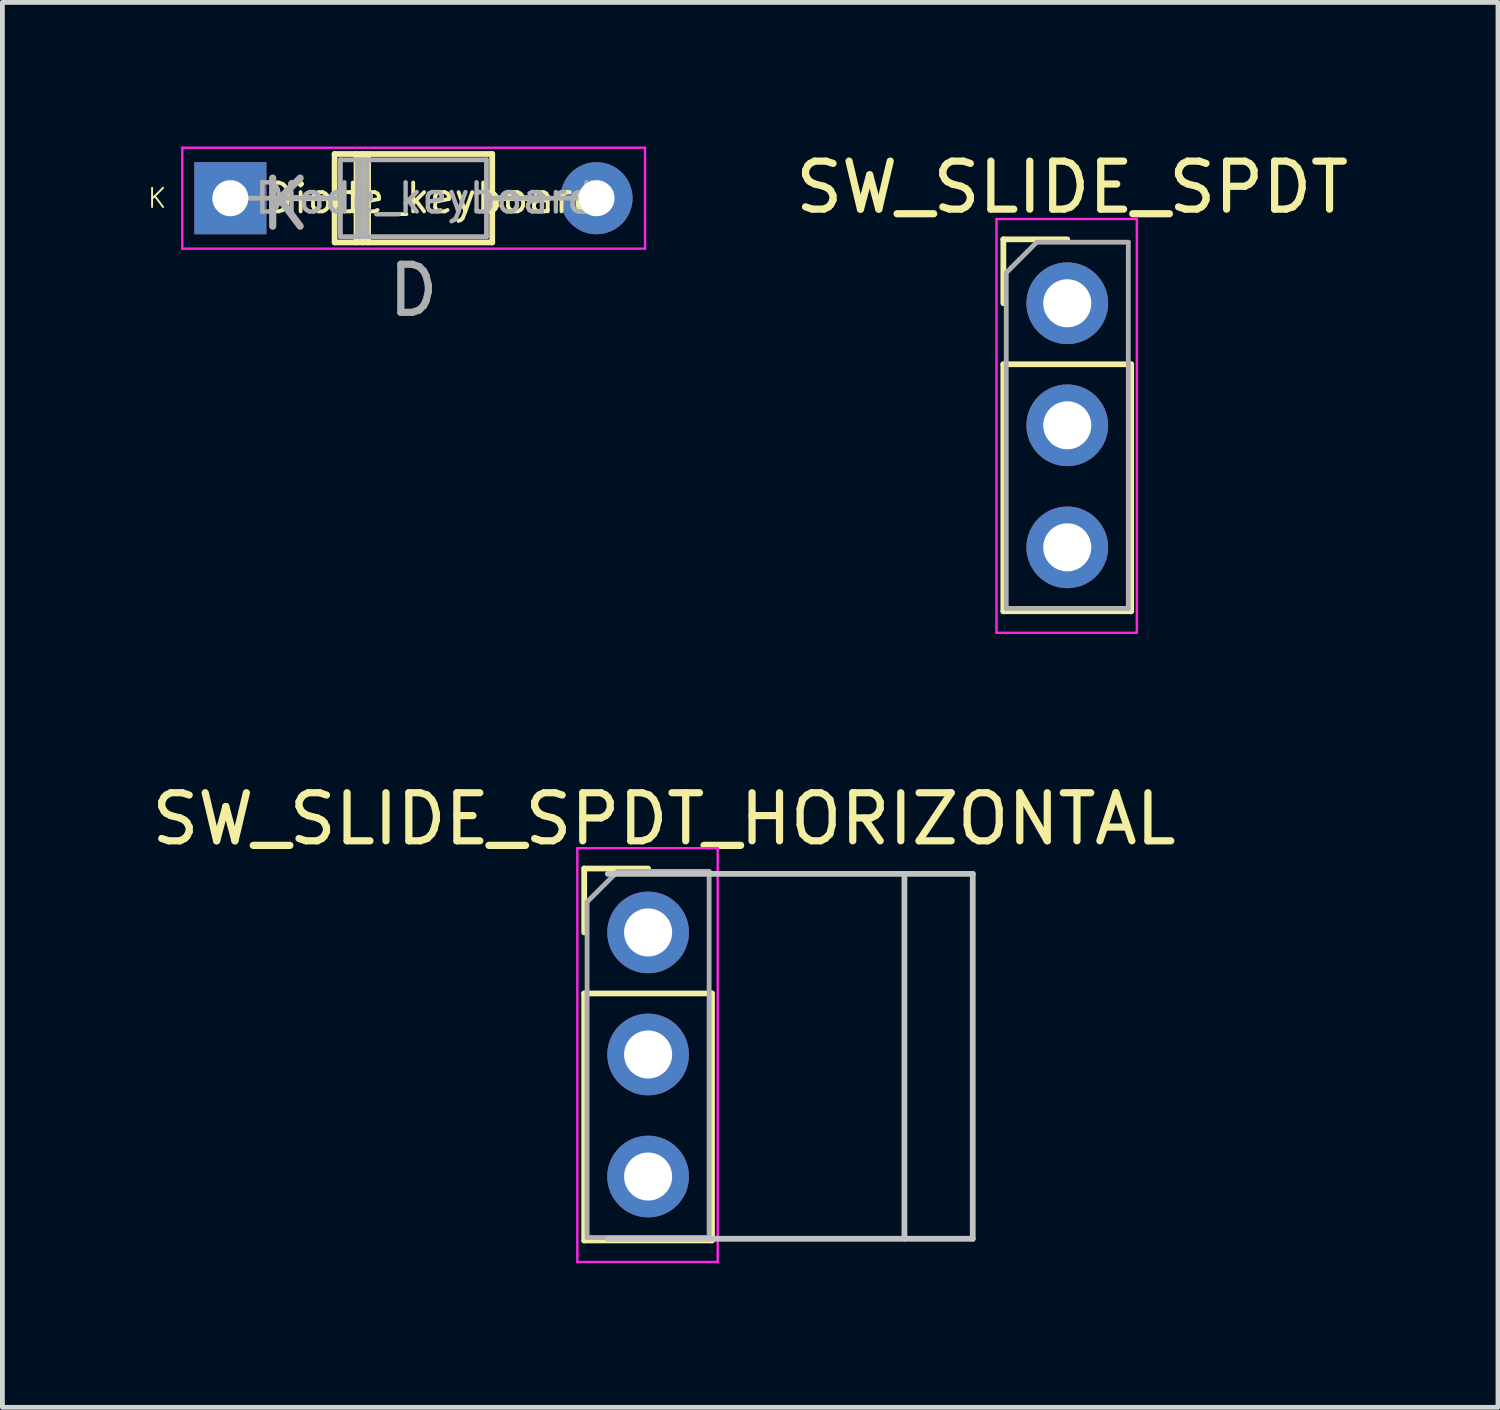
<source format=kicad_pcb>
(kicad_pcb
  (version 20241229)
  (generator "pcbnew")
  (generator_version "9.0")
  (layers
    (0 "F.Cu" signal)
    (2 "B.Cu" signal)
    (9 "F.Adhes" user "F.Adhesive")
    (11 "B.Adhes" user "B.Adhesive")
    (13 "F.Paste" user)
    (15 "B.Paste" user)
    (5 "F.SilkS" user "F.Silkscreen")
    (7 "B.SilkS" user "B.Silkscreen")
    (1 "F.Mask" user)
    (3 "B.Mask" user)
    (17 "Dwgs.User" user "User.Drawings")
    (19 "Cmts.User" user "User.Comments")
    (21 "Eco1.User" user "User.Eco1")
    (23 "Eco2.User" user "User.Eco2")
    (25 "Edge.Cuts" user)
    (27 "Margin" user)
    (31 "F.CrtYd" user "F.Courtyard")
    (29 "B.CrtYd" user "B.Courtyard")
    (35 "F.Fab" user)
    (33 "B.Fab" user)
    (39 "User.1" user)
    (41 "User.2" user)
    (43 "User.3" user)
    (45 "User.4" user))
  (footprint "Diode_keyboard"
    (layer "F.Cu")
    (at 1.744 1.075)
    (property "Reference" "Diode_keyboard" (at 4.191 0 0) (layer "F.SilkS") (effects (font (size 0.6 0.6) (thickness 0.08))))
    (attr through_hole)
    (fp_line (start 0.99 0) (end 2.17 0) (stroke (width 0.12) (type solid)) (layer "F.SilkS"))
    (fp_line (start 2.17 -0.92) (end 2.17 0.92) (stroke (width 0.12) (type solid)) (layer "F.SilkS"))
    (fp_line (start 2.17 0.92) (end 5.45 0.92) (stroke (width 0.12) (type solid)) (layer "F.SilkS"))
    (fp_line (start 2.626 -0.92) (end 2.626 0.92) (stroke (width 0.12) (type solid)) (layer "F.SilkS"))
    (fp_line (start 2.746 -0.92) (end 2.746 0.92) (stroke (width 0.12) (type solid)) (layer "F.SilkS"))
    (fp_line (start 2.866 -0.92) (end 2.866 0.92) (stroke (width 0.12) (type solid)) (layer "F.SilkS"))
    (fp_line (start 5.45 -0.92) (end 2.17 -0.92) (stroke (width 0.12) (type solid)) (layer "F.SilkS"))
    (fp_line (start 5.45 0.92) (end 5.45 -0.92) (stroke (width 0.12) (type solid)) (layer "F.SilkS"))
    (fp_line (start 6.63 0) (end 5.45 0) (stroke (width 0.12) (type solid)) (layer "F.SilkS"))
    (fp_line (start -1 -1.05) (end -1 1.05) (stroke (width 0.05) (type solid)) (layer "F.CrtYd"))
    (fp_line (start -1 1.05) (end 8.63 1.05) (stroke (width 0.05) (type solid)) (layer "F.CrtYd"))
    (fp_line (start 8.63 -1.05) (end -1 -1.05) (stroke (width 0.05) (type solid)) (layer "F.CrtYd"))
    (fp_line (start 8.63 1.05) (end 8.63 -1.05) (stroke (width 0.05) (type solid)) (layer "F.CrtYd"))
    (fp_line (start 0 0) (end 2.29 0) (stroke (width 0.1) (type solid)) (layer "F.Fab"))
    (fp_line (start 2.29 -0.8) (end 2.29 0.8) (stroke (width 0.1) (type solid)) (layer "F.Fab"))
    (fp_line (start 2.29 0.8) (end 5.33 0.8) (stroke (width 0.1) (type solid)) (layer "F.Fab"))
    (fp_line (start 2.646 -0.8) (end 2.646 0.8) (stroke (width 0.1) (type solid)) (layer "F.Fab"))
    (fp_line (start 2.746 -0.8) (end 2.746 0.8) (stroke (width 0.1) (type solid)) (layer "F.Fab"))
    (fp_line (start 2.846 -0.8) (end 2.846 0.8) (stroke (width 0.1) (type solid)) (layer "F.Fab"))
    (fp_line (start 5.33 -0.8) (end 2.29 -0.8) (stroke (width 0.1) (type solid)) (layer "F.Fab"))
    (fp_line (start 5.33 0.8) (end 5.33 -0.8) (stroke (width 0.1) (type solid)) (layer "F.Fab"))
    (fp_line (start 7.62 0) (end 5.33 0) (stroke (width 0.1) (type solid)) (layer "F.Fab"))
    (fp_text user "K" (at -1.524 0 180) (layer "F.SilkS") (effects (font (size 0.4 0.4) (thickness 0.04))))
    (fp_text user "${REFERENCE}" (at 4.038 0 180) (layer "F.Fab") (effects (font (size 0.608 0.608) (thickness 0.091))))
    (fp_text user "K" (at 1.143 0.127 180) (layer "F.Fab") (effects (font (size 1 1) (thickness 0.15))))
    (fp_text user "D" (at 3.81 1.92 180) (layer "F.Fab") (effects (font (size 1 1) (thickness 0.15))))
    (pad "1" thru_hole rect (at 0 0) (size 1.5 1.5) (drill 0.75) (layers "*.Cu" "*.Mask"))
    (pad "2" thru_hole oval (at 7.62 0) (size 1.5 1.5) (drill 0.75) (layers "*.Cu" "*.Mask")))
  (footprint "SW_SLIDE_SPDT_HORIZONTAL"
    (layer "F.Cu")
    (at 10.387 18.844)
    (property "Reference" "SW_SLIDE_SPDT_HORIZONTAL" (at 0.381 -4.851 0) (layer "F.SilkS") (effects (font (size 1 1) (thickness 0.15))))
    (attr through_hole)
    (fp_line (start -1.279 -3.819) (end 0.051 -3.819) (stroke (width 0.12) (type solid)) (layer "F.SilkS"))
    (fp_line (start -1.279 -2.489) (end -1.279 -3.819) (stroke (width 0.12) (type solid)) (layer "F.SilkS"))
    (fp_line (start -1.279 -1.219) (end -1.279 3.921) (stroke (width 0.12) (type solid)) (layer "F.SilkS"))
    (fp_line (start -1.279 -1.219) (end 1.381 -1.219) (stroke (width 0.12) (type solid)) (layer "F.SilkS"))
    (fp_line (start -1.279 3.921) (end 1.381 3.921) (stroke (width 0.12) (type solid)) (layer "F.SilkS"))
    (fp_line (start 1.381 -1.219) (end 1.381 3.921) (stroke (width 0.12) (type solid)) (layer "F.SilkS"))
    (fp_line (start -0.787 -3.708) (end 6.807 -3.708) (stroke (width 0.12) (type solid)) (layer "Dwgs.User"))
    (fp_line (start -0.787 3.886) (end 6.807 3.886) (stroke (width 0.12) (type solid)) (layer "Dwgs.User"))
    (fp_line (start 5.385 3.886) (end 5.385 -3.708) (stroke (width 0.12) (type solid)) (layer "Dwgs.User"))
    (fp_line (start 6.807 -3.708) (end 6.807 3.886) (stroke (width 0.12) (type solid)) (layer "Dwgs.User"))
    (fp_line (start -1.422 -4.242) (end -1.422 4.369) (stroke (width 0.05) (type solid)) (layer "F.CrtYd"))
    (fp_line (start -1.422 4.369) (end 1.499 4.369) (stroke (width 0.05) (type solid)) (layer "F.CrtYd"))
    (fp_line (start 1.499 -4.242) (end -1.422 -4.242) (stroke (width 0.05) (type solid)) (layer "F.CrtYd"))
    (fp_line (start 1.499 4.369) (end 1.499 -4.242) (stroke (width 0.05) (type solid)) (layer "F.CrtYd"))
    (fp_line (start -1.219 -3.124) (end -0.584 -3.759) (stroke (width 0.1) (type solid)) (layer "F.Fab"))
    (fp_line (start -1.219 3.861) (end -1.219 -3.124) (stroke (width 0.1) (type solid)) (layer "F.Fab"))
    (fp_line (start -0.584 -3.759) (end 1.321 -3.759) (stroke (width 0.1) (type solid)) (layer "F.Fab"))
    (fp_line (start 1.321 -3.759) (end 1.321 3.861) (stroke (width 0.1) (type solid)) (layer "F.Fab"))
    (fp_line (start 1.321 3.861) (end -1.219 3.861) (stroke (width 0.1) (type solid)) (layer "F.Fab"))
    (pad "1" thru_hole oval (at 0.051 -2.489) (size 1.7 1.7) (drill 1) (layers "*.Cu" "*.Mask"))
    (pad "2" thru_hole oval (at 0.051 0.051) (size 1.7 1.7) (drill 1) (layers "*.Cu" "*.Mask"))
    (pad "3" thru_hole oval (at 0.051 2.591) (size 1.7 1.7) (drill 1) (layers "*.Cu" "*.Mask")))
  (footprint "SW_SLIDE_SPDT"
    (layer "F.Cu")
    (at 19.11 5.75)
    (property "Reference" "SW_SLIDE_SPDT" (at 0.152 -4.902 0) (layer "F.SilkS") (effects (font (size 1 1) (thickness 0.15))))
    (attr through_hole)
    (fp_line (start -1.279 -3.819) (end 0.051 -3.819) (stroke (width 0.12) (type solid)) (layer "F.SilkS"))
    (fp_line (start -1.279 -2.489) (end -1.279 -3.819) (stroke (width 0.12) (type solid)) (layer "F.SilkS"))
    (fp_line (start -1.279 -1.219) (end -1.279 3.921) (stroke (width 0.12) (type solid)) (layer "F.SilkS"))
    (fp_line (start -1.279 -1.219) (end 1.381 -1.219) (stroke (width 0.12) (type solid)) (layer "F.SilkS"))
    (fp_line (start -1.279 3.921) (end 1.381 3.921) (stroke (width 0.12) (type solid)) (layer "F.SilkS"))
    (fp_line (start 1.381 -1.219) (end 1.381 3.921) (stroke (width 0.12) (type solid)) (layer "F.SilkS"))
    (fp_line (start -1.422 -4.242) (end -1.422 4.369) (stroke (width 0.05) (type solid)) (layer "F.CrtYd"))
    (fp_line (start -1.422 4.369) (end 1.499 4.369) (stroke (width 0.05) (type solid)) (layer "F.CrtYd"))
    (fp_line (start 1.499 -4.242) (end -1.422 -4.242) (stroke (width 0.05) (type solid)) (layer "F.CrtYd"))
    (fp_line (start 1.499 4.369) (end 1.499 -4.242) (stroke (width 0.05) (type solid)) (layer "F.CrtYd"))
    (fp_line (start -1.219 -3.124) (end -0.584 -3.759) (stroke (width 0.1) (type solid)) (layer "F.Fab"))
    (fp_line (start -1.219 3.861) (end -1.219 -3.124) (stroke (width 0.1) (type solid)) (layer "F.Fab"))
    (fp_line (start -0.584 -3.759) (end 1.321 -3.759) (stroke (width 0.1) (type solid)) (layer "F.Fab"))
    (fp_line (start 1.321 -3.759) (end 1.321 3.861) (stroke (width 0.1) (type solid)) (layer "F.Fab"))
    (fp_line (start 1.321 3.861) (end -1.219 3.861) (stroke (width 0.1) (type solid)) (layer "F.Fab"))
    (pad "1" thru_hole oval (at 0.051 -2.489) (size 1.7 1.7) (drill 1) (layers "*.Cu" "*.Mask"))
    (pad "2" thru_hole oval (at 0.051 0.051) (size 1.7 1.7) (drill 1) (layers "*.Cu" "*.Mask"))
    (pad "3" thru_hole oval (at 0.051 2.591) (size 1.7 1.7) (drill 1) (layers "*.Cu" "*.Mask")))
  (gr_rect
    (start -3 -3)
    (end 28.125 26.238)
    (stroke (width 0.1) (type default))
    (fill no)
    (layer "Edge.Cuts")))
</source>
